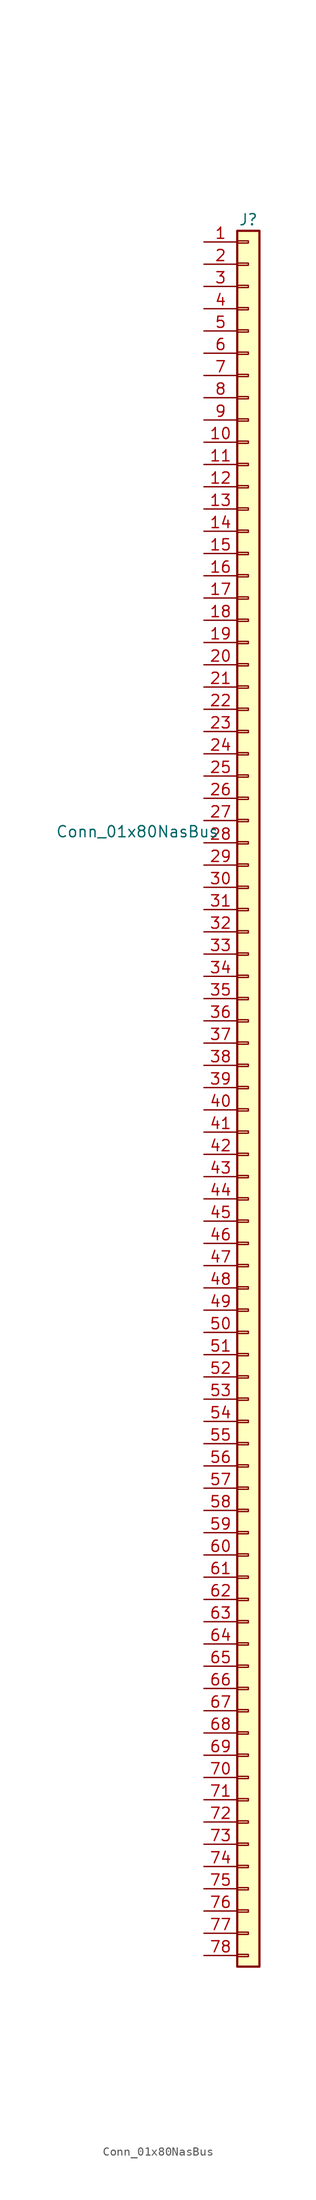
<source format=kicad_sym>
(kicad_symbol_lib
  (version 20220914)
  (generator kicad_symbol_editor)
  (symbol "Conn_01x80NasBus"
    (pin_names
      (offset 1.016) hide)
    (property "Reference" "J"
      (at 5.08 101.6 0)
      (effects (font (size 1.27 1.27))))
    (property "Value" "Conn_01x80NasBus"
      (at -7.62 31.75 0)
      (effects (font (size 1.27 1.27))))
    (symbol "Conn_01x80NasBus_1_1"
      (rectangle (start 3.81 -96.393) (end 5.08 -96.647) (stroke (width 0.152) (type default)) (fill (type none)))
      (rectangle (start 3.81 -93.853) (end 5.08 -94.107) (stroke (width 0.152) (type default)) (fill (type none)))
      (rectangle (start 3.81 -91.313) (end 5.08 -91.567) (stroke (width 0.152) (type default)) (fill (type none)))
      (rectangle (start 3.81 -88.773) (end 5.08 -89.027) (stroke (width 0.152) (type default)) (fill (type none)))
      (rectangle (start 3.81 -86.233) (end 5.08 -86.487) (stroke (width 0.152) (type default)) (fill (type none)))
      (rectangle (start 3.81 -83.693) (end 5.08 -83.947) (stroke (width 0.152) (type default)) (fill (type none)))
      (rectangle (start 3.81 -81.153) (end 5.08 -81.407) (stroke (width 0.152) (type default)) (fill (type none)))
      (rectangle (start 3.81 -78.613) (end 5.08 -78.867) (stroke (width 0.152) (type default)) (fill (type none)))
      (rectangle (start 3.81 -76.073) (end 5.08 -76.327) (stroke (width 0.152) (type default)) (fill (type none)))
      (rectangle (start 3.81 -73.533) (end 5.08 -73.787) (stroke (width 0.152) (type default)) (fill (type none)))
      (rectangle (start 3.81 -70.993) (end 5.08 -71.247) (stroke (width 0.152) (type default)) (fill (type none)))
      (rectangle (start 3.81 -68.453) (end 5.08 -68.707) (stroke (width 0.152) (type default)) (fill (type none)))
      (rectangle (start 3.81 -65.913) (end 5.08 -66.167) (stroke (width 0.152) (type default)) (fill (type none)))
      (rectangle (start 3.81 -63.373) (end 5.08 -63.627) (stroke (width 0.152) (type default)) (fill (type none)))
      (rectangle (start 3.81 -60.833) (end 5.08 -61.087) (stroke (width 0.152) (type default)) (fill (type none)))
      (rectangle (start 3.81 -58.293) (end 5.08 -58.547) (stroke (width 0.152) (type default)) (fill (type none)))
      (rectangle (start 3.81 -55.753) (end 5.08 -56.007) (stroke (width 0.152) (type default)) (fill (type none)))
      (rectangle (start 3.81 -53.213) (end 5.08 -53.467) (stroke (width 0.152) (type default)) (fill (type none)))
      (rectangle (start 3.81 -50.673) (end 5.08 -50.927) (stroke (width 0.152) (type default)) (fill (type none)))
      (rectangle (start 3.81 -48.133) (end 5.08 -48.387) (stroke (width 0.152) (type default)) (fill (type none)))
      (rectangle (start 3.81 -45.593) (end 5.08 -45.847) (stroke (width 0.152) (type default)) (fill (type none)))
      (rectangle (start 3.81 -43.053) (end 5.08 -43.307) (stroke (width 0.152) (type default)) (fill (type none)))
      (rectangle (start 3.81 -40.513) (end 5.08 -40.767) (stroke (width 0.152) (type default)) (fill (type none)))
      (rectangle (start 3.81 -37.973) (end 5.08 -38.227) (stroke (width 0.152) (type default)) (fill (type none)))
      (rectangle (start 3.81 -35.433) (end 5.08 -35.687) (stroke (width 0.152) (type default)) (fill (type none)))
      (rectangle (start 3.81 -32.893) (end 5.08 -33.147) (stroke (width 0.152) (type default)) (fill (type none)))
      (rectangle (start 3.81 -30.353) (end 5.08 -30.607) (stroke (width 0.152) (type default)) (fill (type none)))
      (rectangle (start 3.81 -27.813) (end 5.08 -28.067) (stroke (width 0.152) (type default)) (fill (type none)))
      (rectangle (start 3.81 -25.273) (end 5.08 -25.527) (stroke (width 0.152) (type default)) (fill (type none)))
      (rectangle (start 3.81 -22.733) (end 5.08 -22.987) (stroke (width 0.152) (type default)) (fill (type none)))
      (rectangle (start 3.81 -20.193) (end 5.08 -20.447) (stroke (width 0.152) (type default)) (fill (type none)))
      (rectangle (start 3.81 -17.653) (end 5.08 -17.907) (stroke (width 0.152) (type default)) (fill (type none)))
      (rectangle (start 3.81 -15.113) (end 5.08 -15.367) (stroke (width 0.152) (type default)) (fill (type none)))
      (rectangle (start 3.81 -12.573) (end 5.08 -12.827) (stroke (width 0.152) (type default)) (fill (type none)))
      (rectangle (start 3.81 -10.033) (end 5.08 -10.287) (stroke (width 0.152) (type default)) (fill (type none)))
      (rectangle (start 3.81 -7.493) (end 5.08 -7.747) (stroke (width 0.152) (type default)) (fill (type none)))
      (rectangle (start 3.81 -4.953) (end 5.08 -5.207) (stroke (width 0.152) (type default)) (fill (type none)))
      (rectangle (start 3.81 -2.413) (end 5.08 -2.667) (stroke (width 0.152) (type default)) (fill (type none)))
      (rectangle (start 3.81 0.127) (end 5.08 -0.127) (stroke (width 0.152) (type default)) (fill (type none)))
      (rectangle (start 3.81 2.667) (end 5.08 2.413) (stroke (width 0.152) (type default)) (fill (type none)))
      (rectangle (start 3.81 5.207) (end 5.08 4.953) (stroke (width 0.152) (type default)) (fill (type none)))
      (rectangle (start 3.81 7.747) (end 5.08 7.493) (stroke (width 0.152) (type default)) (fill (type none)))
      (rectangle (start 3.81 10.287) (end 5.08 10.033) (stroke (width 0.152) (type default)) (fill (type none)))
      (rectangle (start 3.81 12.827) (end 5.08 12.573) (stroke (width 0.152) (type default)) (fill (type none)))
      (rectangle (start 3.81 15.367) (end 5.08 15.113) (stroke (width 0.152) (type default)) (fill (type none)))
      (rectangle (start 3.81 17.907) (end 5.08 17.653) (stroke (width 0.152) (type default)) (fill (type none)))
      (rectangle (start 3.81 20.447) (end 5.08 20.193) (stroke (width 0.152) (type default)) (fill (type none)))
      (rectangle (start 3.81 22.987) (end 5.08 22.733) (stroke (width 0.152) (type default)) (fill (type none)))
      (rectangle (start 3.81 25.527) (end 5.08 25.273) (stroke (width 0.152) (type default)) (fill (type none)))
      (rectangle (start 3.81 28.067) (end 5.08 27.813) (stroke (width 0.152) (type default)) (fill (type none)))
      (rectangle (start 3.81 30.607) (end 5.08 30.353) (stroke (width 0.152) (type default)) (fill (type none)))
      (rectangle (start 3.81 33.147) (end 5.08 32.893) (stroke (width 0.152) (type default)) (fill (type none)))
      (rectangle (start 3.81 35.687) (end 5.08 35.433) (stroke (width 0.152) (type default)) (fill (type none)))
      (rectangle (start 3.81 38.227) (end 5.08 37.973) (stroke (width 0.152) (type default)) (fill (type none)))
      (rectangle (start 3.81 40.767) (end 5.08 40.513) (stroke (width 0.152) (type default)) (fill (type none)))
      (rectangle (start 3.81 43.307) (end 5.08 43.053) (stroke (width 0.152) (type default)) (fill (type none)))
      (rectangle (start 3.81 45.847) (end 5.08 45.593) (stroke (width 0.152) (type default)) (fill (type none)))
      (rectangle (start 3.81 48.387) (end 5.08 48.133) (stroke (width 0.152) (type default)) (fill (type none)))
      (rectangle (start 3.81 50.927) (end 5.08 50.673) (stroke (width 0.152) (type default)) (fill (type none)))
      (rectangle (start 3.81 53.467) (end 5.08 53.213) (stroke (width 0.152) (type default)) (fill (type none)))
      (rectangle (start 3.81 56.007) (end 5.08 55.753) (stroke (width 0.152) (type default)) (fill (type none)))
      (rectangle (start 3.81 58.547) (end 5.08 58.293) (stroke (width 0.152) (type default)) (fill (type none)))
      (rectangle (start 3.81 61.087) (end 5.08 60.833) (stroke (width 0.152) (type default)) (fill (type none)))
      (rectangle (start 3.81 63.627) (end 5.08 63.373) (stroke (width 0.152) (type default)) (fill (type none)))
      (rectangle (start 3.81 66.167) (end 5.08 65.913) (stroke (width 0.152) (type default)) (fill (type none)))
      (rectangle (start 3.81 68.707) (end 5.08 68.453) (stroke (width 0.152) (type default)) (fill (type none)))
      (rectangle (start 3.81 71.247) (end 5.08 70.993) (stroke (width 0.152) (type default)) (fill (type none)))
      (rectangle (start 3.81 73.787) (end 5.08 73.533) (stroke (width 0.152) (type default)) (fill (type none)))
      (rectangle (start 3.81 76.327) (end 5.08 76.073) (stroke (width 0.152) (type default)) (fill (type none)))
      (rectangle (start 3.81 78.867) (end 5.08 78.613) (stroke (width 0.152) (type default)) (fill (type none)))
      (rectangle (start 3.81 81.407) (end 5.08 81.153) (stroke (width 0.152) (type default)) (fill (type none)))
      (rectangle (start 3.81 83.947) (end 5.08 83.693) (stroke (width 0.152) (type default)) (fill (type none)))
      (rectangle (start 3.81 86.487) (end 5.08 86.233) (stroke (width 0.152) (type default)) (fill (type none)))
      (rectangle (start 3.81 89.027) (end 5.08 88.773) (stroke (width 0.152) (type default)) (fill (type none)))
      (rectangle (start 3.81 91.567) (end 5.08 91.313) (stroke (width 0.152) (type default)) (fill (type none)))
      (rectangle (start 3.81 94.107) (end 5.08 93.853) (stroke (width 0.152) (type default)) (fill (type none)))
      (rectangle (start 3.81 96.647) (end 5.08 96.393) (stroke (width 0.152) (type default)) (fill (type none)))
      (rectangle (start 3.81 99.187) (end 5.08 98.933) (stroke (width 0.152) (type default)) (fill (type none)))
      (rectangle (start 3.81 100.33) (end 6.35 -97.79) (stroke (width 0.254) (type default)) (fill (type background)))
      (pin passive line (at 0 99.06 0) (length 3.81) (name "Pin_1_0v" (effects (font (size 1.27 1.27)))) (number "1" (effects (font (size 1.27 1.27)))))
      (pin passive line (at 0 76.2 0) (length 3.81) (name "Pin_10" (effects (font (size 1.27 1.27)))) (number "10" (effects (font (size 1.27 1.27)))))
      (pin passive line (at 0 73.66 0) (length 3.81) (name "Pin_11" (effects (font (size 1.27 1.27)))) (number "11" (effects (font (size 1.27 1.27)))))
      (pin passive line (at 0 71.12 0) (length 3.81) (name "Pin_12" (effects (font (size 1.27 1.27)))) (number "12" (effects (font (size 1.27 1.27)))))
      (pin passive line (at 0 68.58 0) (length 3.81) (name "Pin_13" (effects (font (size 1.27 1.27)))) (number "13" (effects (font (size 1.27 1.27)))))
      (pin passive line (at 0 66.04 0) (length 3.81) (name "Pin_14" (effects (font (size 1.27 1.27)))) (number "14" (effects (font (size 1.27 1.27)))))
      (pin passive line (at 0 63.5 0) (length 3.81) (name "Pin_15" (effects (font (size 1.27 1.27)))) (number "15" (effects (font (size 1.27 1.27)))))
      (pin passive line (at 0 60.96 0) (length 3.81) (name "Pin_16" (effects (font (size 1.27 1.27)))) (number "16" (effects (font (size 1.27 1.27)))))
      (pin passive line (at 0 58.42 0) (length 3.81) (name "Pin_17" (effects (font (size 1.27 1.27)))) (number "17" (effects (font (size 1.27 1.27)))))
      (pin passive line (at 0 55.88 0) (length 3.81) (name "Pin_18" (effects (font (size 1.27 1.27)))) (number "18" (effects (font (size 1.27 1.27)))))
      (pin passive line (at 0 53.34 0) (length 3.81) (name "Pin_19" (effects (font (size 1.27 1.27)))) (number "19" (effects (font (size 1.27 1.27)))))
      (pin passive line (at 0 96.52 0) (length 3.81) (name "Pin_2_0v" (effects (font (size 1.27 1.27)))) (number "2" (effects (font (size 1.27 1.27)))))
      (pin passive line (at 0 50.8 0) (length 3.81) (name "Pin_20" (effects (font (size 1.27 1.27)))) (number "20" (effects (font (size 1.27 1.27)))))
      (pin passive line (at 0 48.26 0) (length 3.81) (name "Pin_21" (effects (font (size 1.27 1.27)))) (number "21" (effects (font (size 1.27 1.27)))))
      (pin passive line (at 0 45.72 0) (length 3.81) (name "Pin_22" (effects (font (size 1.27 1.27)))) (number "22" (effects (font (size 1.27 1.27)))))
      (pin passive line (at 0 43.18 0) (length 3.81) (name "Pin_23" (effects (font (size 1.27 1.27)))) (number "23" (effects (font (size 1.27 1.27)))))
      (pin passive line (at 0 40.64 0) (length 3.81) (name "Pin_24" (effects (font (size 1.27 1.27)))) (number "24" (effects (font (size 1.27 1.27)))))
      (pin passive line (at 0 38.1 0) (length 3.81) (name "Pin_25" (effects (font (size 1.27 1.27)))) (number "25" (effects (font (size 1.27 1.27)))))
      (pin passive line (at 0 35.56 0) (length 3.81) (name "Pin_26" (effects (font (size 1.27 1.27)))) (number "26" (effects (font (size 1.27 1.27)))))
      (pin passive line (at 0 33.02 0) (length 3.81) (name "Pin_27" (effects (font (size 1.27 1.27)))) (number "27" (effects (font (size 1.27 1.27)))))
      (pin passive line (at 0 30.48 0) (length 3.81) (name "Pin_28" (effects (font (size 1.27 1.27)))) (number "28" (effects (font (size 1.27 1.27)))))
      (pin passive line (at 0 27.94 0) (length 3.81) (name "Pin_29" (effects (font (size 1.27 1.27)))) (number "29" (effects (font (size 1.27 1.27)))))
      (pin passive line (at 0 93.98 0) (length 3.81) (name "Pin_3_0v" (effects (font (size 1.27 1.27)))) (number "3" (effects (font (size 1.27 1.27)))))
      (pin passive line (at 0 25.4 0) (length 3.81) (name "Pin_30" (effects (font (size 1.27 1.27)))) (number "30" (effects (font (size 1.27 1.27)))))
      (pin passive line (at 0 22.86 0) (length 3.81) (name "Pin_31" (effects (font (size 1.27 1.27)))) (number "31" (effects (font (size 1.27 1.27)))))
      (pin passive line (at 0 20.32 0) (length 3.81) (name "Pin_32" (effects (font (size 1.27 1.27)))) (number "32" (effects (font (size 1.27 1.27)))))
      (pin passive line (at 0 17.78 0) (length 3.81) (name "Pin_33" (effects (font (size 1.27 1.27)))) (number "33" (effects (font (size 1.27 1.27)))))
      (pin passive line (at 0 15.24 0) (length 3.81) (name "Pin_34" (effects (font (size 1.27 1.27)))) (number "34" (effects (font (size 1.27 1.27)))))
      (pin passive line (at 0 12.7 0) (length 3.81) (name "Pin_35" (effects (font (size 1.27 1.27)))) (number "35" (effects (font (size 1.27 1.27)))))
      (pin passive line (at 0 10.16 0) (length 3.81) (name "Pin_36" (effects (font (size 1.27 1.27)))) (number "36" (effects (font (size 1.27 1.27)))))
      (pin passive line (at 0 7.62 0) (length 3.81) (name "Pin_37" (effects (font (size 1.27 1.27)))) (number "37" (effects (font (size 1.27 1.27)))))
      (pin passive line (at 0 5.08 0) (length 3.81) (name "Pin_38" (effects (font (size 1.27 1.27)))) (number "38" (effects (font (size 1.27 1.27)))))
      (pin passive line (at 0 2.54 0) (length 3.81) (name "Pin_39" (effects (font (size 1.27 1.27)))) (number "39" (effects (font (size 1.27 1.27)))))
      (pin passive line (at 0 91.44 0) (length 3.81) (name "Pin_4_0v" (effects (font (size 1.27 1.27)))) (number "4" (effects (font (size 1.27 1.27)))))
      (pin passive line (at 0 0 0) (length 3.81) (name "Pin_40" (effects (font (size 1.27 1.27)))) (number "40" (effects (font (size 1.27 1.27)))))
      (pin passive line (at 0 -2.54 0) (length 3.81) (name "Pin_41" (effects (font (size 1.27 1.27)))) (number "41" (effects (font (size 1.27 1.27)))))
      (pin passive line (at 0 -5.08 0) (length 3.81) (name "Pin_42" (effects (font (size 1.27 1.27)))) (number "42" (effects (font (size 1.27 1.27)))))
      (pin passive line (at 0 -7.62 0) (length 3.81) (name "Pin_43" (effects (font (size 1.27 1.27)))) (number "43" (effects (font (size 1.27 1.27)))))
      (pin passive line (at 0 -10.16 0) (length 3.81) (name "Pin_44" (effects (font (size 1.27 1.27)))) (number "44" (effects (font (size 1.27 1.27)))))
      (pin passive line (at 0 -12.7 0) (length 3.81) (name "Pin_45" (effects (font (size 1.27 1.27)))) (number "45" (effects (font (size 1.27 1.27)))))
      (pin passive line (at 0 -15.24 0) (length 3.81) (name "Pin_46" (effects (font (size 1.27 1.27)))) (number "46" (effects (font (size 1.27 1.27)))))
      (pin passive line (at 0 -17.78 0) (length 3.81) (name "Pin_47" (effects (font (size 1.27 1.27)))) (number "47" (effects (font (size 1.27 1.27)))))
      (pin passive line (at 0 -20.32 0) (length 3.81) (name "Pin_48" (effects (font (size 1.27 1.27)))) (number "48" (effects (font (size 1.27 1.27)))))
      (pin passive line (at 0 -22.86 0) (length 3.81) (name "Pin_49" (effects (font (size 1.27 1.27)))) (number "49" (effects (font (size 1.27 1.27)))))
      (pin passive line (at 0 88.9 0) (length 3.81) (name "Pin_5" (effects (font (size 1.27 1.27)))) (number "5" (effects (font (size 1.27 1.27)))))
      (pin passive line (at 0 -25.4 0) (length 3.81) (name "Pin_50" (effects (font (size 1.27 1.27)))) (number "50" (effects (font (size 1.27 1.27)))))
      (pin passive line (at 0 -27.94 0) (length 3.81) (name "Pin_51" (effects (font (size 1.27 1.27)))) (number "51" (effects (font (size 1.27 1.27)))))
      (pin passive line (at 0 -30.48 0) (length 3.81) (name "Pin_52" (effects (font (size 1.27 1.27)))) (number "52" (effects (font (size 1.27 1.27)))))
      (pin passive line (at 0 -33.02 0) (length 3.81) (name "Pin_53" (effects (font (size 1.27 1.27)))) (number "53" (effects (font (size 1.27 1.27)))))
      (pin passive line (at 0 -35.56 0) (length 3.81) (name "Pin_54" (effects (font (size 1.27 1.27)))) (number "54" (effects (font (size 1.27 1.27)))))
      (pin passive line (at 0 -38.1 0) (length 3.81) (name "Pin_55" (effects (font (size 1.27 1.27)))) (number "55" (effects (font (size 1.27 1.27)))))
      (pin passive line (at 0 -40.64 0) (length 3.81) (name "Pin_56" (effects (font (size 1.27 1.27)))) (number "56" (effects (font (size 1.27 1.27)))))
      (pin passive line (at 0 -43.18 0) (length 3.81) (name "Pin_57" (effects (font (size 1.27 1.27)))) (number "57" (effects (font (size 1.27 1.27)))))
      (pin passive line (at 0 -45.72 0) (length 3.81) (name "Pin_58" (effects (font (size 1.27 1.27)))) (number "58" (effects (font (size 1.27 1.27)))))
      (pin passive line (at 0 -48.26 0) (length 3.81) (name "Pin_59" (effects (font (size 1.27 1.27)))) (number "59" (effects (font (size 1.27 1.27)))))
      (pin passive line (at 0 86.36 0) (length 3.81) (name "Pin_6" (effects (font (size 1.27 1.27)))) (number "6" (effects (font (size 1.27 1.27)))))
      (pin passive line (at 0 -50.8 0) (length 3.81) (name "Pin_60" (effects (font (size 1.27 1.27)))) (number "60" (effects (font (size 1.27 1.27)))))
      (pin passive line (at 0 -53.34 0) (length 3.81) (name "Pin_61" (effects (font (size 1.27 1.27)))) (number "61" (effects (font (size 1.27 1.27)))))
      (pin passive line (at 0 -55.88 0) (length 3.81) (name "Pin_62" (effects (font (size 1.27 1.27)))) (number "62" (effects (font (size 1.27 1.27)))))
      (pin passive line (at 0 -58.42 0) (length 3.81) (name "Pin_63" (effects (font (size 1.27 1.27)))) (number "63" (effects (font (size 1.27 1.27)))))
      (pin passive line (at 0 -60.96 0) (length 3.81) (name "Pin_64" (effects (font (size 1.27 1.27)))) (number "64" (effects (font (size 1.27 1.27)))))
      (pin passive line (at 0 -63.5 0) (length 3.81) (name "Pin_65" (effects (font (size 1.27 1.27)))) (number "65" (effects (font (size 1.27 1.27)))))
      (pin passive line (at 0 -66.04 0) (length 3.81) (name "Pin_66" (effects (font (size 1.27 1.27)))) (number "66" (effects (font (size 1.27 1.27)))))
      (pin passive line (at 0 -68.58 0) (length 3.81) (name "Pin_67" (effects (font (size 1.27 1.27)))) (number "67" (effects (font (size 1.27 1.27)))))
      (pin passive line (at 0 -71.12 0) (length 3.81) (name "Pin_68_-5v" (effects (font (size 1.27 1.27)))) (number "68" (effects (font (size 1.27 1.27)))))
      (pin passive line (at 0 -73.66 0) (length 3.81) (name "Pin_69_-5v" (effects (font (size 1.27 1.27)))) (number "69" (effects (font (size 1.27 1.27)))))
      (pin passive line (at 0 83.82 0) (length 3.81) (name "Pin_7" (effects (font (size 1.27 1.27)))) (number "7" (effects (font (size 1.27 1.27)))))
      (pin passive line (at 0 -76.2 0) (length 3.81) (name "Pin_70_-12v" (effects (font (size 1.27 1.27)))) (number "70" (effects (font (size 1.27 1.27)))))
      (pin passive line (at 0 -78.74 0) (length 3.81) (name "Pin_71_-12v" (effects (font (size 1.27 1.27)))) (number "71" (effects (font (size 1.27 1.27)))))
      (pin passive line (at 0 -81.28 0) (length 3.81) (name "Pin_72" (effects (font (size 1.27 1.27)))) (number "72" (effects (font (size 1.27 1.27)))))
      (pin passive line (at 0 -83.82 0) (length 3.81) (name "Pin_73_+12v" (effects (font (size 1.27 1.27)))) (number "73" (effects (font (size 1.27 1.27)))))
      (pin passive line (at 0 -86.36 0) (length 3.81) (name "Pin_74_+12v" (effects (font (size 1.27 1.27)))) (number "74" (effects (font (size 1.27 1.27)))))
      (pin passive line (at 0 -88.9 0) (length 3.81) (name "Pin_75_+5v" (effects (font (size 1.27 1.27)))) (number "75" (effects (font (size 1.27 1.27)))))
      (pin passive line (at 0 -91.44 0) (length 3.81) (name "Pin_76_+5v" (effects (font (size 1.27 1.27)))) (number "76" (effects (font (size 1.27 1.27)))))
      (pin passive line (at 0 -93.98 0) (length 3.81) (name "Pin_77__+5v" (effects (font (size 1.27 1.27)))) (number "77" (effects (font (size 1.27 1.27)))))
      (pin passive line (at 0 -96.52 0) (length 3.81) (name "Pin_78__+5v" (effects (font (size 1.27 1.27)))) (number "78" (effects (font (size 1.27 1.27)))))
      (pin passive line (at 0 81.28 0) (length 3.81) (name "Pin_8" (effects (font (size 1.27 1.27)))) (number "8" (effects (font (size 1.27 1.27)))))
      (pin passive line (at 0 78.74 0) (length 3.81) (name "Pin_9" (effects (font (size 1.27 1.27)))) (number "9" (effects (font (size 1.27 1.27))))))))
</source>
